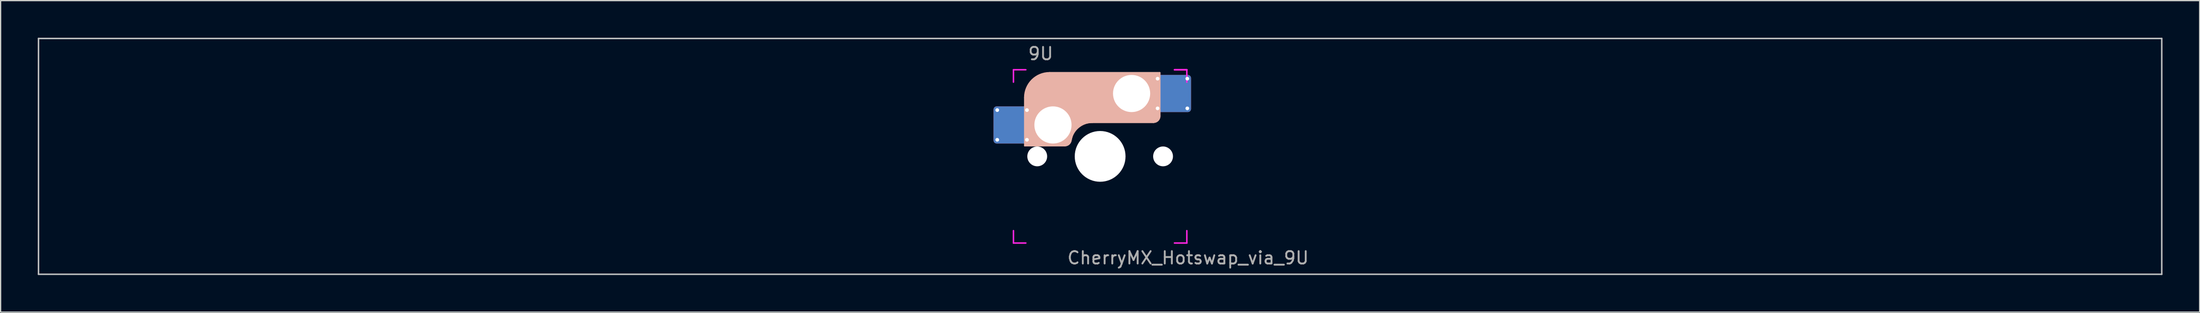
<source format=kicad_pcb>
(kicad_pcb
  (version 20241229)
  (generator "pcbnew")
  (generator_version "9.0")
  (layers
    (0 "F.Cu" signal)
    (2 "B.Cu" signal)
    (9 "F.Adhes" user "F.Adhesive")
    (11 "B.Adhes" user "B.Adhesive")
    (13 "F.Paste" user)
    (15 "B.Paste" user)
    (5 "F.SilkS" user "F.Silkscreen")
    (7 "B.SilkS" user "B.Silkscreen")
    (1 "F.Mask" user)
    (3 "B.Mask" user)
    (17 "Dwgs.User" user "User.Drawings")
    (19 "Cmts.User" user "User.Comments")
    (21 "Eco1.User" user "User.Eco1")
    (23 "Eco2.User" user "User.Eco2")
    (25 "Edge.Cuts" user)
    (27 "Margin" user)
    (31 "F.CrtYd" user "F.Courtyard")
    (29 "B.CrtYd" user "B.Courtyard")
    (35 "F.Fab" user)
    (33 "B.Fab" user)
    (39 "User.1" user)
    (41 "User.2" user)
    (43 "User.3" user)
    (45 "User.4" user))
  (footprint "CherryMX_Hotswap_via_9U"
    (layer "F.Cu")
    (at 85.785 9.585)
    (property "Reference" "CherryMX_Hotswap_via_9U" (at 7.1 8.2 0) (layer "F.Fab") (effects (font (size 1 1) (thickness 0.15))))
    (attr through_hole)
    (fp_line (start -8.11 -1.74) (end -8.11 -3.34) (stroke (width 0.12) (type solid)) (layer "B.Mask"))
    (fp_line (start -7.91 -3.54) (end -6.31 -3.54) (stroke (width 0.12) (type solid)) (layer "B.Mask"))
    (fp_line (start -6.31 -1.54) (end -7.91 -1.54) (stroke (width 0.12) (type solid)) (layer "B.Mask"))
    (fp_line (start -6.11 -3.34) (end -6.11 -1.74) (stroke (width 0.12) (type solid)) (layer "B.Mask"))
    (fp_line (start 4.84 -5.88) (end 4.84 -4.28) (stroke (width 0.12) (type solid)) (layer "B.Mask"))
    (fp_line (start 5.04 -6.08) (end 6.64 -6.08) (stroke (width 0.12) (type solid)) (layer "B.Mask"))
    (fp_line (start 5.04 -4.08) (end 6.64 -4.08) (stroke (width 0.12) (type solid)) (layer "B.Mask"))
    (fp_line (start 6.84 -4.28) (end 6.84 -5.88) (stroke (width 0.12) (type solid)) (layer "B.Mask"))
    (fp_arc (start -8.11 -3.34) (mid -8.051421 -3.481421) (end -7.91 -3.54) (stroke (width 0.12) (type solid)) (layer "B.Mask"))
    (fp_arc (start -7.91 -1.54) (mid -8.051421 -1.598579) (end -8.11 -1.74) (stroke (width 0.12) (type solid)) (layer "B.Mask"))
    (fp_arc (start -6.31 -3.54) (mid -6.168579 -3.481421) (end -6.11 -3.34) (stroke (width 0.12) (type solid)) (layer "B.Mask"))
    (fp_arc (start -6.11 -1.74) (mid -6.168579 -1.598579) (end -6.31 -1.54) (stroke (width 0.12) (type solid)) (layer "B.Mask"))
    (fp_arc (start 4.84 -5.88) (mid 4.898579 -6.021421) (end 5.04 -6.08) (stroke (width 0.12) (type solid)) (layer "B.Mask"))
    (fp_arc (start 5.04 -4.08) (mid 4.898579 -4.138579) (end 4.84 -4.28) (stroke (width 0.12) (type solid)) (layer "B.Mask"))
    (fp_arc (start 6.64 -6.08) (mid 6.781421 -6.021421) (end 6.84 -5.88) (stroke (width 0.12) (type solid)) (layer "B.Mask"))
    (fp_arc (start 6.84 -4.28) (mid 6.781421 -4.138579) (end 6.64 -4.08) (stroke (width 0.12) (type solid)) (layer "B.Mask"))
    (fp_poly (pts (xy -6.11 -3.34) (xy -6.11 -1.74) (xy -6.31 -1.54) (xy -7.91 -1.54) (xy -8.11 -1.74) (xy -8.11 -3.34) (xy -7.91 -3.54) (xy -6.31 -3.54)) (stroke (width 0.1) (type solid)) (fill yes) (layer "B.Mask"))
    (fp_poly (pts (xy 6.84 -5.88) (xy 6.84 -4.28) (xy 6.64 -4.08) (xy 5.04 -4.08) (xy 4.84 -4.28) (xy 4.84 -5.88) (xy 5.04 -6.08) (xy 6.64 -6.08)) (stroke (width 0.1) (type solid)) (fill yes) (layer "B.Mask"))
    (fp_line (start -6.085 -0.865) (end -6.085 -4.755) (stroke (width 0.12) (type solid)) (layer "B.SilkS"))
    (fp_line (start -4.085 -6.755) (end 4.815 -6.755) (stroke (width 0.12) (type solid)) (layer "B.SilkS"))
    (fp_line (start -2.852 -0.865) (end -6.085 -0.865) (stroke (width 0.12) (type solid)) (layer "B.SilkS"))
    (fp_line (start -0.635 -2.755) (end 4.315 -2.755) (stroke (width 0.12) (type solid)) (layer "B.SilkS"))
    (fp_line (start 4.815 -6.755) (end 4.815 -3.255) (stroke (width 0.12) (type solid)) (layer "B.SilkS"))
    (fp_arc (start -6.085 -4.755) (mid -5.499214 -6.169214) (end -4.085 -6.755) (stroke (width 0.12) (type solid)) (layer "B.SilkS"))
    (fp_arc (start -2.360959 -1.278326) (mid -1.770727 -2.335454) (end -0.635 -2.755) (stroke (width 0.12) (type solid)) (layer "B.SilkS"))
    (fp_arc (start -2.36 -1.278176) (mid -2.53101 -0.981978) (end -2.852404 -0.865) (stroke (width 0.12) (type solid)) (layer "B.SilkS"))
    (fp_arc (start 4.815 -3.255) (mid 4.668553 -2.901447) (end 4.315 -2.755) (stroke (width 0.12) (type solid)) (layer "B.SilkS"))
    (fp_poly (pts (xy 4.815 -3.255) (xy 4.633 -2.937) (xy 4.315 -2.755) (xy -0.635 -2.755) (xy -1.259 -2.696) (xy -1.805 -2.376) (xy -2.207 -1.885) (xy -2.361 -1.278) (xy -2.563 -1.02) (xy -2.852 -0.865) (xy -6.085 -0.865) (xy -6.085 -4.755) (xy -5.887 -5.501) (xy -5.464 -6.134) (xy -4.831 -6.557) (xy -4.085 -6.755) (xy 4.815 -6.755)) (stroke (width 0.1) (type solid)) (fill yes) (layer "B.SilkS"))
    (fp_line (start -8.11 -1.74) (end -8.11 -3.34) (stroke (width 0.12) (type solid)) (layer "B.Paste"))
    (fp_line (start -7.91 -3.54) (end -6.31 -3.54) (stroke (width 0.12) (type solid)) (layer "B.Paste"))
    (fp_line (start -6.31 -1.54) (end -7.91 -1.54) (stroke (width 0.12) (type solid)) (layer "B.Paste"))
    (fp_line (start -6.11 -3.34) (end -6.11 -1.74) (stroke (width 0.12) (type solid)) (layer "B.Paste"))
    (fp_line (start 4.84 -5.88) (end 4.84 -4.28) (stroke (width 0.12) (type solid)) (layer "B.Paste"))
    (fp_line (start 5.04 -6.08) (end 6.64 -6.08) (stroke (width 0.12) (type solid)) (layer "B.Paste"))
    (fp_line (start 5.04 -4.08) (end 6.64 -4.08) (stroke (width 0.12) (type solid)) (layer "B.Paste"))
    (fp_line (start 6.84 -4.28) (end 6.84 -5.88) (stroke (width 0.12) (type solid)) (layer "B.Paste"))
    (fp_arc (start -8.11 -3.34) (mid -8.051421 -3.481421) (end -7.91 -3.54) (stroke (width 0.12) (type solid)) (layer "B.Paste"))
    (fp_arc (start -7.91 -1.54) (mid -8.051421 -1.598579) (end -8.11 -1.74) (stroke (width 0.12) (type solid)) (layer "B.Paste"))
    (fp_arc (start -6.31 -3.54) (mid -6.168579 -3.481421) (end -6.11 -3.34) (stroke (width 0.12) (type solid)) (layer "B.Paste"))
    (fp_arc (start -6.11 -1.74) (mid -6.168579 -1.598579) (end -6.31 -1.54) (stroke (width 0.12) (type solid)) (layer "B.Paste"))
    (fp_arc (start 4.84 -5.88) (mid 4.898579 -6.021421) (end 5.04 -6.08) (stroke (width 0.12) (type solid)) (layer "B.Paste"))
    (fp_arc (start 5.04 -4.08) (mid 4.898579 -4.138579) (end 4.84 -4.28) (stroke (width 0.12) (type solid)) (layer "B.Paste"))
    (fp_arc (start 6.64 -6.08) (mid 6.781421 -6.021421) (end 6.84 -5.88) (stroke (width 0.12) (type solid)) (layer "B.Paste"))
    (fp_arc (start 6.84 -4.28) (mid 6.781421 -4.138579) (end 6.64 -4.08) (stroke (width 0.12) (type solid)) (layer "B.Paste"))
    (fp_poly (pts (xy -6.11 -3.34) (xy -6.11 -1.74) (xy -6.31 -1.54) (xy -7.91 -1.54) (xy -8.11 -1.74) (xy -8.11 -3.34) (xy -7.91 -3.54) (xy -6.31 -3.54)) (stroke (width 0.1) (type solid)) (fill yes) (layer "B.Paste"))
    (fp_poly (pts (xy 6.84 -5.88) (xy 6.84 -4.28) (xy 6.64 -4.08) (xy 5.04 -4.08) (xy 4.84 -4.28) (xy 4.84 -5.88) (xy 5.04 -6.08) (xy 6.64 -6.08)) (stroke (width 0.1) (type solid)) (fill yes) (layer "B.Paste"))
    (fp_line (start -85.725 -9.525) (end 85.725 -9.525) (stroke (width 0.12) (type solid)) (layer "Dwgs.User"))
    (fp_line (start -85.725 9.525) (end -85.725 -9.525) (stroke (width 0.12) (type solid)) (layer "Dwgs.User"))
    (fp_line (start 85.725 -9.525) (end 85.725 9.525) (stroke (width 0.12) (type solid)) (layer "Dwgs.User"))
    (fp_line (start 85.725 9.525) (end -85.725 9.525) (stroke (width 0.12) (type solid)) (layer "Dwgs.User"))
    (fp_line (start -7 -7) (end -7 -6) (stroke (width 0.12) (type solid)) (layer "F.CrtYd"))
    (fp_line (start -7 -7) (end -6 -7) (stroke (width 0.12) (type solid)) (layer "F.CrtYd"))
    (fp_line (start -7 7) (end -7 6) (stroke (width 0.12) (type solid)) (layer "F.CrtYd"))
    (fp_line (start -7 7) (end -6 7) (stroke (width 0.12) (type solid)) (layer "F.CrtYd"))
    (fp_line (start 6 -7) (end 7 -7) (stroke (width 0.12) (type solid)) (layer "F.CrtYd"))
    (fp_line (start 7 -7) (end 6 -7) (stroke (width 0.12) (type solid)) (layer "F.CrtYd"))
    (fp_line (start 7 -7) (end 7 -6) (stroke (width 0.12) (type solid)) (layer "F.CrtYd"))
    (fp_line (start 7 7) (end 6 7) (stroke (width 0.12) (type solid)) (layer "F.CrtYd"))
    (fp_line (start 7 7) (end 7 6) (stroke (width 0.12) (type solid)) (layer "F.CrtYd"))
    (fp_text user "9U" (at -4.8 -8.3 0) (layer "F.Fab") (effects (font (size 1 1) (thickness 0.15))))
    (pad "" np_thru_hole circle (at -5.08 0) (size 1.6 1.6) (drill 1.6) (layers "*.Cu" "*.Mask"))
    (pad "" np_thru_hole circle (at -3.81 -2.54) (size 3 3) (drill 3) (layers "*.Cu" "*.Mask"))
    (pad "" np_thru_hole circle (at 0 0) (size 4.1 4.1) (drill 4.1) (layers "*.Cu" "*.Mask"))
    (pad "" np_thru_hole circle (at 2.54 -5.08) (size 3 3) (drill 3) (layers "*.Cu" "*.Mask"))
    (pad "" np_thru_hole circle (at 5.08 0) (size 1.6 1.6) (drill 1.6) (layers "*.Cu" "*.Mask"))
    (pad "1" thru_hole circle (at -8.31 -3.74) (size 0.5 0.5) (drill 0.3) (layers "*.Cu"))
    (pad "1" thru_hole circle (at -8.31 -1.34) (size 0.5 0.5) (drill 0.3) (layers "*.Cu"))
    (pad "1" smd roundrect (at -7.11 -2.54) (size 3 3) (layers "F.Cu") (roundrect_rratio 0.083))
    (pad "1" smd roundrect (at -7.11 -2.54 180) (size 3 3) (layers "B.Cu") (roundrect_rratio 0.083))
    (pad "1" thru_hole circle (at -5.91 -3.74) (size 0.5 0.5) (drill 0.3) (layers "*.Cu"))
    (pad "1" thru_hole circle (at -5.91 -1.34) (size 0.5 0.5) (drill 0.3) (layers "*.Cu"))
    (pad "2" thru_hole circle (at 4.64 -6.28 180) (size 0.5 0.5) (drill 0.3) (layers "*.Cu"))
    (pad "2" thru_hole circle (at 4.64 -3.88 180) (size 0.5 0.5) (drill 0.3) (layers "*.Cu"))
    (pad "2" smd roundrect (at 5.84 -5.08 180) (size 3 3) (layers "F.Cu") (roundrect_rratio 0.083))
    (pad "2" smd roundrect (at 5.84 -5.08 180) (size 3 3) (layers "B.Cu") (roundrect_rratio 0.083))
    (pad "2" thru_hole circle (at 7.04 -6.28 180) (size 0.5 0.5) (drill 0.3) (layers "*.Cu"))
    (pad "2" thru_hole circle (at 7.04 -3.88 180) (size 0.5 0.5) (drill 0.3) (layers "*.Cu")))
  (gr_rect
    (start -3 -3)
    (end 174.57 22.17)
    (stroke (width 0.1) (type default))
    (fill no)
    (layer "Edge.Cuts")))
</source>
